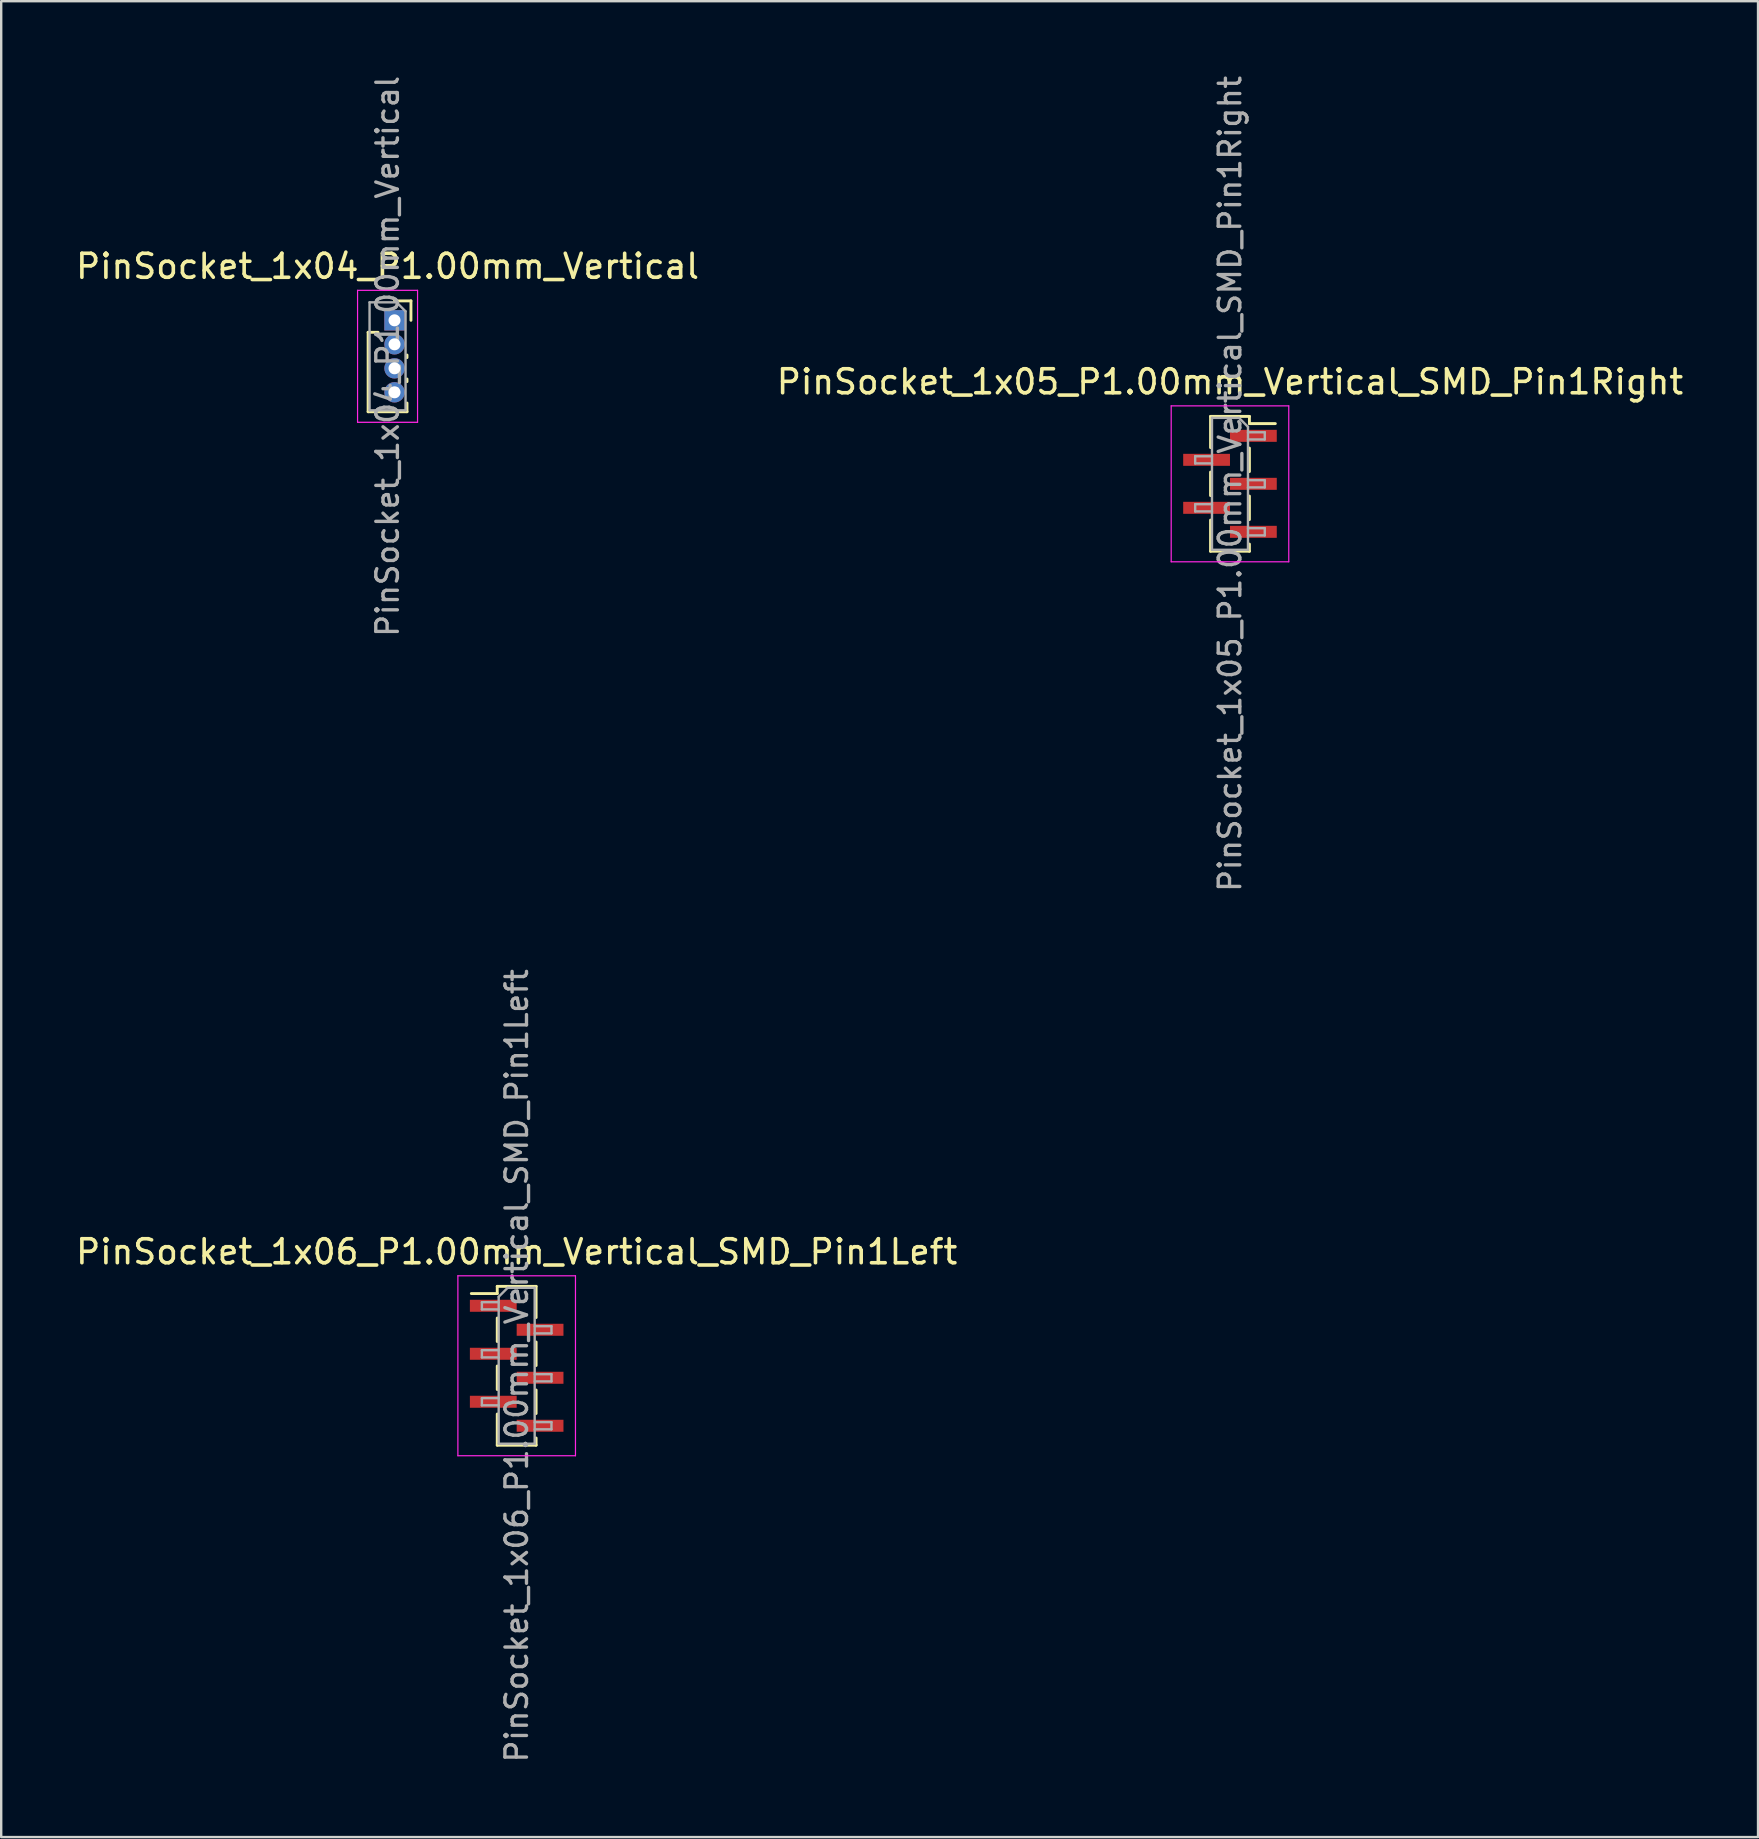
<source format=kicad_pcb>
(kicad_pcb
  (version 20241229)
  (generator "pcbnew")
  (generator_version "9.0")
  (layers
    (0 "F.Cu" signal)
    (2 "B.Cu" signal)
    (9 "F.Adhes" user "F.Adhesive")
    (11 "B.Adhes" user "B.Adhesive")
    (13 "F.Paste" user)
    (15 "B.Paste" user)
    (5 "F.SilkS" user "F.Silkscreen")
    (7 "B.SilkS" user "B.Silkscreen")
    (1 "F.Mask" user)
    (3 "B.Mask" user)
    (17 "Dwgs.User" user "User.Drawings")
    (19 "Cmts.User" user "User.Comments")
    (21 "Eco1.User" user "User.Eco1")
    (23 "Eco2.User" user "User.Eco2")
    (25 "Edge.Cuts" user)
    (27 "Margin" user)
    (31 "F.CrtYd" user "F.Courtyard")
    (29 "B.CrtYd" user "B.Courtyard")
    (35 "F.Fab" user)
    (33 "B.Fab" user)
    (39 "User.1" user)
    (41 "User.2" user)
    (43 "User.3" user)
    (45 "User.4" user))
  (footprint "PinSocket_1x05_P1.00mm_Vertical_SMD_Pin1Right"
    (layer "F.Cu")
    (at 48.208 17.113)
    (property "Reference" "PinSocket_1x05_P1.00mm_Vertical_SMD_Pin1Right" (at 0 -4.25 0) (layer "F.SilkS") (effects (font (size 1 1) (thickness 0.15))))
    (attr smd)
    (fp_line (start -0.81 -2.81) (end -0.81 -1.51) (stroke (width 0.12) (type solid)) (layer "F.SilkS"))
    (fp_line (start -0.81 -2.81) (end 0.81 -2.81) (stroke (width 0.12) (type solid)) (layer "F.SilkS"))
    (fp_line (start -0.81 -0.49) (end -0.81 0.49) (stroke (width 0.12) (type solid)) (layer "F.SilkS"))
    (fp_line (start -0.81 1.51) (end -0.81 2.81) (stroke (width 0.12) (type solid)) (layer "F.SilkS"))
    (fp_line (start -0.81 2.81) (end 0.81 2.81) (stroke (width 0.12) (type solid)) (layer "F.SilkS"))
    (fp_line (start 0.81 -2.81) (end 0.81 -2.51) (stroke (width 0.12) (type solid)) (layer "F.SilkS"))
    (fp_line (start 0.81 -2.51) (end 1.89 -2.51) (stroke (width 0.12) (type solid)) (layer "F.SilkS"))
    (fp_line (start 0.81 -1.49) (end 0.81 -0.51) (stroke (width 0.12) (type solid)) (layer "F.SilkS"))
    (fp_line (start 0.81 0.51) (end 0.81 1.49) (stroke (width 0.12) (type solid)) (layer "F.SilkS"))
    (fp_line (start 0.81 2.51) (end 0.81 2.81) (stroke (width 0.12) (type solid)) (layer "F.SilkS"))
    (fp_line (start -2.45 -3.25) (end 2.45 -3.25) (stroke (width 0.05) (type solid)) (layer "F.CrtYd"))
    (fp_line (start -2.45 3.25) (end -2.45 -3.25) (stroke (width 0.05) (type solid)) (layer "F.CrtYd"))
    (fp_line (start 2.45 -3.25) (end 2.45 3.25) (stroke (width 0.05) (type solid)) (layer "F.CrtYd"))
    (fp_line (start 2.45 3.25) (end -2.45 3.25) (stroke (width 0.05) (type solid)) (layer "F.CrtYd"))
    (fp_line (start -1.45 -1.15) (end -0.75 -1.15) (stroke (width 0.1) (type solid)) (layer "F.Fab"))
    (fp_line (start -1.45 -0.85) (end -1.45 -1.15) (stroke (width 0.1) (type solid)) (layer "F.Fab"))
    (fp_line (start -1.45 0.85) (end -0.75 0.85) (stroke (width 0.1) (type solid)) (layer "F.Fab"))
    (fp_line (start -1.45 1.15) (end -1.45 0.85) (stroke (width 0.1) (type solid)) (layer "F.Fab"))
    (fp_line (start -0.75 -2.75) (end 0.375 -2.75) (stroke (width 0.1) (type solid)) (layer "F.Fab"))
    (fp_line (start -0.75 -0.85) (end -1.45 -0.85) (stroke (width 0.1) (type solid)) (layer "F.Fab"))
    (fp_line (start -0.75 1.15) (end -1.45 1.15) (stroke (width 0.1) (type solid)) (layer "F.Fab"))
    (fp_line (start -0.75 2.75) (end -0.75 -2.75) (stroke (width 0.1) (type solid)) (layer "F.Fab"))
    (fp_line (start 0.375 -2.75) (end 0.75 -2.375) (stroke (width 0.1) (type solid)) (layer "F.Fab"))
    (fp_line (start 0.75 -2.375) (end 0.75 2.75) (stroke (width 0.1) (type solid)) (layer "F.Fab"))
    (fp_line (start 0.75 -2.15) (end 1.45 -2.15) (stroke (width 0.1) (type solid)) (layer "F.Fab"))
    (fp_line (start 0.75 -0.15) (end 1.45 -0.15) (stroke (width 0.1) (type solid)) (layer "F.Fab"))
    (fp_line (start 0.75 1.85) (end 1.45 1.85) (stroke (width 0.1) (type solid)) (layer "F.Fab"))
    (fp_line (start 0.75 2.75) (end -0.75 2.75) (stroke (width 0.1) (type solid)) (layer "F.Fab"))
    (fp_line (start 1.45 -2.15) (end 1.45 -1.85) (stroke (width 0.1) (type solid)) (layer "F.Fab"))
    (fp_line (start 1.45 -1.85) (end 0.75 -1.85) (stroke (width 0.1) (type solid)) (layer "F.Fab"))
    (fp_line (start 1.45 -0.15) (end 1.45 0.15) (stroke (width 0.1) (type solid)) (layer "F.Fab"))
    (fp_line (start 1.45 0.15) (end 0.75 0.15) (stroke (width 0.1) (type solid)) (layer "F.Fab"))
    (fp_line (start 1.45 1.85) (end 1.45 2.15) (stroke (width 0.1) (type solid)) (layer "F.Fab"))
    (fp_line (start 1.45 2.15) (end 0.75 2.15) (stroke (width 0.1) (type solid)) (layer "F.Fab"))
    (fp_text user "${REFERENCE}" (at 0 0 90) (layer "F.Fab") (effects (font (size 0.9 0.9) (thickness 0.14))))
    (pad "1" smd rect (at 0.975 -2) (size 1.95 0.5) (layers "F.Cu" "F.Mask" "F.Paste"))
    (pad "2" smd rect (at -0.975 -1) (size 1.95 0.5) (layers "F.Cu" "F.Mask" "F.Paste"))
    (pad "3" smd rect (at 0.975 0) (size 1.95 0.5) (layers "F.Cu" "F.Mask" "F.Paste"))
    (pad "4" smd rect (at -0.975 1) (size 1.95 0.5) (layers "F.Cu" "F.Mask" "F.Paste"))
    (pad "5" smd rect (at 0.975 2) (size 1.95 0.5) (layers "F.Cu" "F.Mask" "F.Paste")))
  (footprint "PinSocket_1x04_P1.00mm_Vertical"
    (layer "F.Cu")
    (at 13.391 10.299)
    (property "Reference" "PinSocket_1x04_P1.00mm_Vertical" (at -0.29 -2.25 0) (layer "F.SilkS") (effects (font (size 1 1) (thickness 0.15))))
    (attr through_hole)
    (fp_line (start -1.1 0.5) (end -1.1 3.81) (stroke (width 0.12) (type solid)) (layer "F.SilkS"))
    (fp_line (start -1.1 0.5) (end -0.685 0.5) (stroke (width 0.12) (type solid)) (layer "F.SilkS"))
    (fp_line (start -1.1 3.81) (end 0.52 3.81) (stroke (width 0.12) (type solid)) (layer "F.SilkS"))
    (fp_line (start 0 -0.81) (end 0.685 -0.81) (stroke (width 0.12) (type solid)) (layer "F.SilkS"))
    (fp_line (start 0.52 1.446) (end 0.52 1.554) (stroke (width 0.12) (type solid)) (layer "F.SilkS"))
    (fp_line (start 0.52 2.446) (end 0.52 2.554) (stroke (width 0.12) (type solid)) (layer "F.SilkS"))
    (fp_line (start 0.52 3.446) (end 0.52 3.81) (stroke (width 0.12) (type solid)) (layer "F.SilkS"))
    (fp_line (start 0.685 -0.81) (end 0.685 0) (stroke (width 0.12) (type solid)) (layer "F.SilkS"))
    (fp_line (start -1.54 -1.25) (end 0.96 -1.25) (stroke (width 0.05) (type solid)) (layer "F.CrtYd"))
    (fp_line (start -1.54 4.25) (end -1.54 -1.25) (stroke (width 0.05) (type solid)) (layer "F.CrtYd"))
    (fp_line (start 0.96 -1.25) (end 0.96 4.25) (stroke (width 0.05) (type solid)) (layer "F.CrtYd"))
    (fp_line (start 0.96 4.25) (end -1.54 4.25) (stroke (width 0.05) (type solid)) (layer "F.CrtYd"))
    (fp_line (start -1.04 -0.75) (end 0.085 -0.75) (stroke (width 0.1) (type solid)) (layer "F.Fab"))
    (fp_line (start -1.04 3.75) (end -1.04 -0.75) (stroke (width 0.1) (type solid)) (layer "F.Fab"))
    (fp_line (start 0.085 -0.75) (end 0.46 -0.375) (stroke (width 0.1) (type solid)) (layer "F.Fab"))
    (fp_line (start 0.46 -0.375) (end 0.46 3.75) (stroke (width 0.1) (type solid)) (layer "F.Fab"))
    (fp_line (start 0.46 3.75) (end -1.04 3.75) (stroke (width 0.1) (type solid)) (layer "F.Fab"))
    (fp_text user "${REFERENCE}" (at -0.29 1.5 90) (layer "F.Fab") (effects (font (size 0.9 0.9) (thickness 0.14))))
    (pad "1" thru_hole rect (at 0 0) (size 0.85 0.85) (drill 0.5) (layers "*.Cu" "*.Mask"))
    (pad "2" thru_hole circle (at 0 1) (size 0.85 0.85) (drill 0.5) (layers "*.Cu" "*.Mask"))
    (pad "3" thru_hole circle (at 0 2) (size 0.85 0.85) (drill 0.5) (layers "*.Cu" "*.Mask"))
    (pad "4" thru_hole circle (at 0 3) (size 0.85 0.85) (drill 0.5) (layers "*.Cu" "*.Mask")))
  (footprint "PinSocket_1x06_P1.00mm_Vertical_SMD_Pin1Left"
    (layer "F.Cu")
    (at 18.482 53.867)
    (property "Reference" "PinSocket_1x06_P1.00mm_Vertical_SMD_Pin1Left" (at 0 -4.75 0) (layer "F.SilkS") (effects (font (size 1 1) (thickness 0.15))))
    (attr smd)
    (fp_line (start -1.89 -3.01) (end -0.81 -3.01) (stroke (width 0.12) (type solid)) (layer "F.SilkS"))
    (fp_line (start -0.81 -3.31) (end -0.81 -3.01) (stroke (width 0.12) (type solid)) (layer "F.SilkS"))
    (fp_line (start -0.81 -3.31) (end 0.81 -3.31) (stroke (width 0.12) (type solid)) (layer "F.SilkS"))
    (fp_line (start -0.81 -1.99) (end -0.81 -1.01) (stroke (width 0.12) (type solid)) (layer "F.SilkS"))
    (fp_line (start -0.81 0.01) (end -0.81 0.99) (stroke (width 0.12) (type solid)) (layer "F.SilkS"))
    (fp_line (start -0.81 2.01) (end -0.81 3.31) (stroke (width 0.12) (type solid)) (layer "F.SilkS"))
    (fp_line (start -0.81 3.31) (end 0.81 3.31) (stroke (width 0.12) (type solid)) (layer "F.SilkS"))
    (fp_line (start 0.81 -3.31) (end 0.81 -2.01) (stroke (width 0.12) (type solid)) (layer "F.SilkS"))
    (fp_line (start 0.81 -0.99) (end 0.81 -0.01) (stroke (width 0.12) (type solid)) (layer "F.SilkS"))
    (fp_line (start 0.81 1.01) (end 0.81 1.99) (stroke (width 0.12) (type solid)) (layer "F.SilkS"))
    (fp_line (start 0.81 3.01) (end 0.81 3.31) (stroke (width 0.12) (type solid)) (layer "F.SilkS"))
    (fp_line (start -2.45 -3.75) (end 2.45 -3.75) (stroke (width 0.05) (type solid)) (layer "F.CrtYd"))
    (fp_line (start -2.45 3.75) (end -2.45 -3.75) (stroke (width 0.05) (type solid)) (layer "F.CrtYd"))
    (fp_line (start 2.45 -3.75) (end 2.45 3.75) (stroke (width 0.05) (type solid)) (layer "F.CrtYd"))
    (fp_line (start 2.45 3.75) (end -2.45 3.75) (stroke (width 0.05) (type solid)) (layer "F.CrtYd"))
    (fp_line (start -1.45 -2.65) (end -0.75 -2.65) (stroke (width 0.1) (type solid)) (layer "F.Fab"))
    (fp_line (start -1.45 -2.35) (end -1.45 -2.65) (stroke (width 0.1) (type solid)) (layer "F.Fab"))
    (fp_line (start -1.45 -0.65) (end -0.75 -0.65) (stroke (width 0.1) (type solid)) (layer "F.Fab"))
    (fp_line (start -1.45 -0.35) (end -1.45 -0.65) (stroke (width 0.1) (type solid)) (layer "F.Fab"))
    (fp_line (start -1.45 1.35) (end -0.75 1.35) (stroke (width 0.1) (type solid)) (layer "F.Fab"))
    (fp_line (start -1.45 1.65) (end -1.45 1.35) (stroke (width 0.1) (type solid)) (layer "F.Fab"))
    (fp_line (start -0.75 -2.875) (end -0.375 -3.25) (stroke (width 0.1) (type solid)) (layer "F.Fab"))
    (fp_line (start -0.75 -2.35) (end -1.45 -2.35) (stroke (width 0.1) (type solid)) (layer "F.Fab"))
    (fp_line (start -0.75 -0.35) (end -1.45 -0.35) (stroke (width 0.1) (type solid)) (layer "F.Fab"))
    (fp_line (start -0.75 1.65) (end -1.45 1.65) (stroke (width 0.1) (type solid)) (layer "F.Fab"))
    (fp_line (start -0.75 3.25) (end -0.75 -2.875) (stroke (width 0.1) (type solid)) (layer "F.Fab"))
    (fp_line (start -0.375 -3.25) (end 0.75 -3.25) (stroke (width 0.1) (type solid)) (layer "F.Fab"))
    (fp_line (start 0.75 -3.25) (end 0.75 3.25) (stroke (width 0.1) (type solid)) (layer "F.Fab"))
    (fp_line (start 0.75 -1.65) (end 1.45 -1.65) (stroke (width 0.1) (type solid)) (layer "F.Fab"))
    (fp_line (start 0.75 0.35) (end 1.45 0.35) (stroke (width 0.1) (type solid)) (layer "F.Fab"))
    (fp_line (start 0.75 2.35) (end 1.45 2.35) (stroke (width 0.1) (type solid)) (layer "F.Fab"))
    (fp_line (start 0.75 3.25) (end -0.75 3.25) (stroke (width 0.1) (type solid)) (layer "F.Fab"))
    (fp_line (start 1.45 -1.65) (end 1.45 -1.35) (stroke (width 0.1) (type solid)) (layer "F.Fab"))
    (fp_line (start 1.45 -1.35) (end 0.75 -1.35) (stroke (width 0.1) (type solid)) (layer "F.Fab"))
    (fp_line (start 1.45 0.35) (end 1.45 0.65) (stroke (width 0.1) (type solid)) (layer "F.Fab"))
    (fp_line (start 1.45 0.65) (end 0.75 0.65) (stroke (width 0.1) (type solid)) (layer "F.Fab"))
    (fp_line (start 1.45 2.35) (end 1.45 2.65) (stroke (width 0.1) (type solid)) (layer "F.Fab"))
    (fp_line (start 1.45 2.65) (end 0.75 2.65) (stroke (width 0.1) (type solid)) (layer "F.Fab"))
    (fp_text user "${REFERENCE}" (at 0 0 90) (layer "F.Fab") (effects (font (size 0.9 0.9) (thickness 0.14))))
    (pad "1" smd rect (at -0.975 -2.5) (size 1.95 0.5) (layers "F.Cu" "F.Mask" "F.Paste"))
    (pad "2" smd rect (at 0.975 -1.5) (size 1.95 0.5) (layers "F.Cu" "F.Mask" "F.Paste"))
    (pad "3" smd rect (at -0.975 -0.5) (size 1.95 0.5) (layers "F.Cu" "F.Mask" "F.Paste"))
    (pad "4" smd rect (at 0.975 0.5) (size 1.95 0.5) (layers "F.Cu" "F.Mask" "F.Paste"))
    (pad "5" smd rect (at -0.975 1.5) (size 1.95 0.5) (layers "F.Cu" "F.Mask" "F.Paste"))
    (pad "6" smd rect (at 0.975 2.5) (size 1.95 0.5) (layers "F.Cu" "F.Mask" "F.Paste")))
  (gr_rect
    (start -3 -3)
    (end 70.214 73.509)
    (stroke (width 0.1) (type default))
    (fill no)
    (layer "Edge.Cuts")))
</source>
